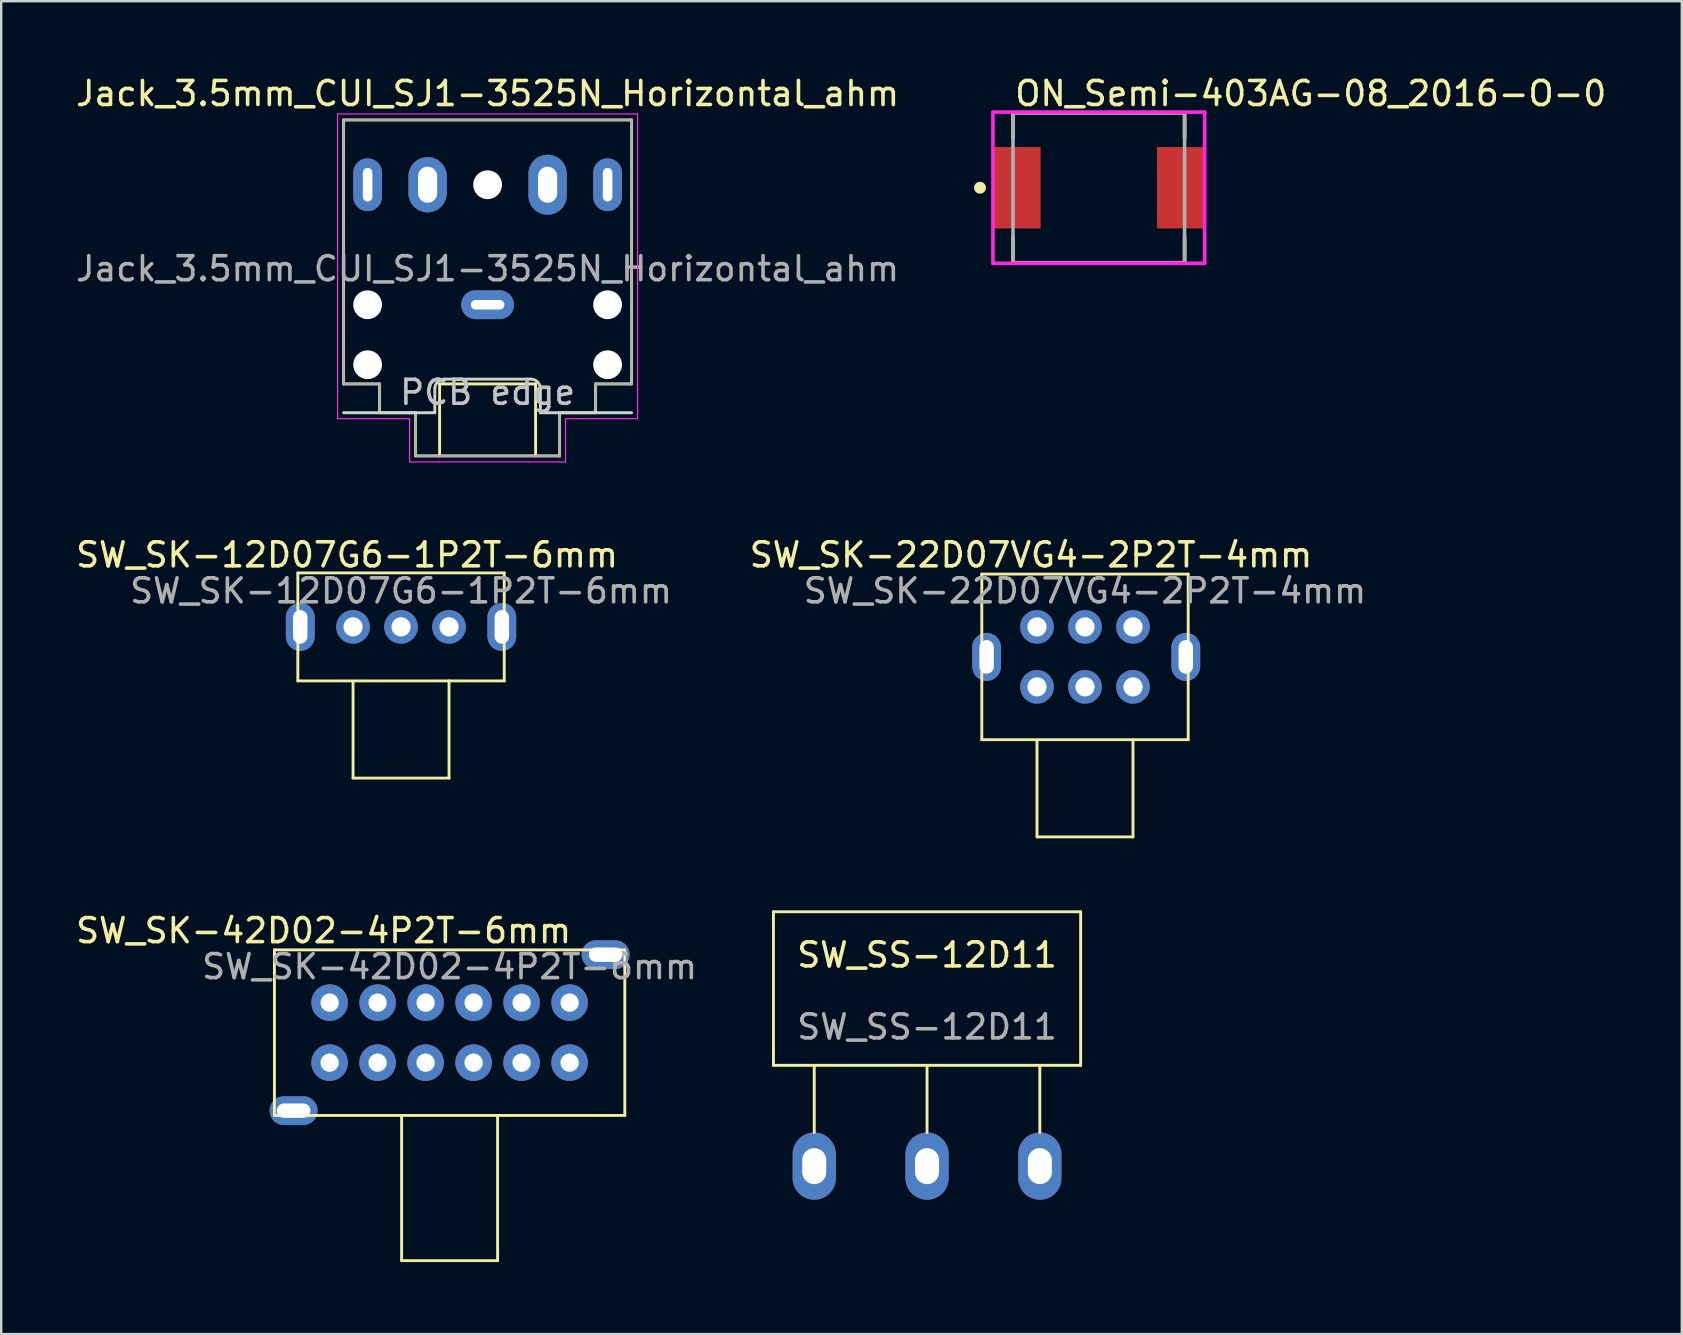
<source format=kicad_pcb>
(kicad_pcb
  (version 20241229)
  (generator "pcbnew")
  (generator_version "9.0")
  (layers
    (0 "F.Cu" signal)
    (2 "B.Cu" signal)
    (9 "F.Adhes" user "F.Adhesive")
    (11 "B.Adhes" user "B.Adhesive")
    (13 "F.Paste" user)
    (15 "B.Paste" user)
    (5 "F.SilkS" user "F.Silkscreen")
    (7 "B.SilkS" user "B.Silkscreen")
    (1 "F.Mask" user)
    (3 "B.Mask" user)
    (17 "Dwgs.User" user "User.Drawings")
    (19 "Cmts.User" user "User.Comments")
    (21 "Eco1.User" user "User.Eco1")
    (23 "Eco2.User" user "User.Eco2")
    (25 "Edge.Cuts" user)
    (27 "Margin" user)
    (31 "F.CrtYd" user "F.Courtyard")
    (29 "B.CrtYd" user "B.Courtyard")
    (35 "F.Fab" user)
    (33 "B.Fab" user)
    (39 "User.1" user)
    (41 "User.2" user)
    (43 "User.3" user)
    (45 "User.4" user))
  (footprint "SW_SK-12D07G6-1P2T-6mm"
    (layer "F.Cu")
    (at 11.661 23.072)
    (property "Reference" "SW_SK-12D07G6-1P2T-6mm" (at -0.25 -3 0) (unlocked yes) (layer "F.SilkS") (effects (font (size 1 1) (thickness 0.15))))
    (attr through_hole)
    (fp_line (start -2.3 -2.25) (end -2.3 2.25) (stroke (width 0.12) (type default)) (layer "F.SilkS"))
    (fp_line (start -2.3 2.25) (end 6.3 2.25) (stroke (width 0.12) (type default)) (layer "F.SilkS"))
    (fp_line (start 0 2.3) (end 0 6.3) (stroke (width 0.12) (type default)) (layer "F.SilkS"))
    (fp_line (start 0 6.3) (end 4 6.3) (stroke (width 0.12) (type default)) (layer "F.SilkS"))
    (fp_line (start 4 2.25) (end 4 6.3) (stroke (width 0.12) (type default)) (layer "F.SilkS"))
    (fp_line (start 6.3 -2.25) (end -2.3 -2.25) (stroke (width 0.12) (type default)) (layer "F.SilkS"))
    (fp_line (start 6.3 2.25) (end 6.3 -2.25) (stroke (width 0.12) (type default)) (layer "F.SilkS"))
    (fp_text user "${REFERENCE}" (at 2 -1.5 0) (unlocked yes) (layer "F.Fab") (effects (font (size 1 1) (thickness 0.15))))
    (pad "1" thru_hole circle (at 0 0) (size 1.4 1.4) (drill 0.8) (layers "*.Cu" "*.Mask"))
    (pad "2" thru_hole circle (at 2 0) (size 1.4 1.4) (drill 0.8) (layers "*.Cu" "*.Mask"))
    (pad "3" thru_hole circle (at 4 0) (size 1.4 1.4) (drill 0.8) (layers "*.Cu" "*.Mask"))
    (pad "MP" thru_hole oval (at -2.2 0) (size 1.2 2) (drill oval 0.6 1.4) (layers "*.Cu" "*.Mask"))
    (pad "MP" thru_hole oval (at 6.2 0) (size 1.2 2) (drill oval 0.6 1.4) (layers "*.Cu" "*.Mask")))
  (footprint "ON_Semi-403AG-08_2016-O-0"
    (layer "F.Cu")
    (at 42.736 4.773)
    (property "Reference" "ON_Semi-403AG-08_2016-O-0" (at -3.575 -3.925 0) (layer "F.SilkS") (effects (font (size 1 1) (thickness 0.15)) (justify left)))
    (attr through_hole)
    (fp_line (start -3.575 -3.125) (end 3.575 -3.125) (stroke (width 0.15) (type solid)) (layer "F.SilkS"))
    (fp_line (start -3.575 -2.07) (end -3.575 -3.125) (stroke (width 0.15) (type solid)) (layer "F.SilkS"))
    (fp_line (start -3.575 3.125) (end -3.575 2.07) (stroke (width 0.15) (type solid)) (layer "F.SilkS"))
    (fp_line (start -3.575 3.125) (end 3.575 3.125) (stroke (width 0.15) (type solid)) (layer "F.SilkS"))
    (fp_line (start 3.575 -2.07) (end 3.575 -3.125) (stroke (width 0.15) (type solid)) (layer "F.SilkS"))
    (fp_line (start 3.575 3.125) (end 3.575 2.07) (stroke (width 0.15) (type solid)) (layer "F.SilkS"))
    (fp_circle (center -4.95 0) (end -4.825 0) (stroke (width 0.25) (type solid)) (fill no) (layer "F.SilkS"))
    (fp_line (start -4.41 -3.15) (end -4.41 3.15) (stroke (width 0.15) (type solid)) (layer "F.CrtYd"))
    (fp_line (start -4.41 3.15) (end 4.41 3.15) (stroke (width 0.15) (type solid)) (layer "F.CrtYd"))
    (fp_line (start 4.41 -3.15) (end -4.41 -3.15) (stroke (width 0.15) (type solid)) (layer "F.CrtYd"))
    (fp_line (start 4.41 -3.15) (end 4.41 -3.15) (stroke (width 0.15) (type solid)) (layer "F.CrtYd"))
    (fp_line (start 4.41 3.15) (end 4.41 -3.15) (stroke (width 0.15) (type solid)) (layer "F.CrtYd"))
    (fp_line (start -3.575 -3.125) (end 3.575 -3.125) (stroke (width 0.15) (type solid)) (layer "F.Fab"))
    (fp_line (start -3.575 3.125) (end -3.575 -3.125) (stroke (width 0.15) (type solid)) (layer "F.Fab"))
    (fp_line (start 3.575 -3.125) (end 3.575 3.125) (stroke (width 0.15) (type solid)) (layer "F.Fab"))
    (fp_line (start 3.575 3.125) (end -3.575 3.125) (stroke (width 0.15) (type solid)) (layer "F.Fab"))
    (pad "1" smd rect (at -3.405 0) (size 1.96 3.39) (layers "F.Cu" "F.Mask" "F.Paste"))
    (pad "2" smd rect (at 3.405 0) (size 1.96 3.39) (layers "F.Cu" "F.Mask" "F.Paste")))
  (footprint "SW_SS-12D11"
    (layer "F.Cu")
    (at 35.579 36.642)
    (property "Reference" "SW_SS-12D11" (at 0 0.1 0) (unlocked yes) (layer "F.SilkS") (effects (font (size 1 1) (thickness 0.15))))
    (attr through_hole)
    (fp_line (start -6.4 -1.7) (end 6.4 -1.7) (stroke (width 0.12) (type default)) (layer "F.SilkS"))
    (fp_line (start -6.4 4.7) (end -6.4 -1.7) (stroke (width 0.12) (type default)) (layer "F.SilkS"))
    (fp_line (start -4.7 7.5) (end -4.7 4.7) (stroke (width 0.12) (type default)) (layer "F.SilkS"))
    (fp_line (start 0 4.7) (end -6.4 4.7) (stroke (width 0.12) (type default)) (layer "F.SilkS"))
    (fp_line (start 0 7.5) (end 0 4.7) (stroke (width 0.12) (type default)) (layer "F.SilkS"))
    (fp_line (start 4.7 7.5) (end 4.7 4.7) (stroke (width 0.12) (type default)) (layer "F.SilkS"))
    (fp_line (start 6.4 -1.7) (end 6.4 4.7) (stroke (width 0.12) (type default)) (layer "F.SilkS"))
    (fp_line (start 6.4 4.7) (end 0 4.7) (stroke (width 0.12) (type default)) (layer "F.SilkS"))
    (fp_text user "${REFERENCE}" (at 0 3.1 0) (unlocked yes) (layer "F.Fab") (effects (font (size 1 1) (thickness 0.15))))
    (pad "1" thru_hole oval (at -4.7 8.9) (size 1.8 2.8) (drill oval 1 1.5) (layers "*.Cu" "*.Mask"))
    (pad "2" thru_hole oval (at 0 8.9) (size 1.8 2.8) (drill oval 1 1.5) (layers "*.Cu" "*.Mask"))
    (pad "3" thru_hole oval (at 4.7 8.9) (size 1.8 2.8) (drill oval 1 1.5) (layers "*.Cu" "*.Mask")))
  (footprint "SW_SK-22D07VG4-2P2T-4mm"
    (layer "F.Cu")
    (at 40.161 23.072)
    (property "Reference" "SW_SK-22D07VG4-2P2T-4mm" (at -0.25 -3 0) (unlocked yes) (layer "F.SilkS") (effects (font (size 1 1) (thickness 0.15))))
    (attr through_hole)
    (fp_line (start -2.3 -2.2) (end -2.3 4.7) (stroke (width 0.12) (type default)) (layer "F.SilkS"))
    (fp_line (start -2.3 4.7) (end 6.3 4.7) (stroke (width 0.12) (type default)) (layer "F.SilkS"))
    (fp_line (start 0 4.75) (end 0 8.75) (stroke (width 0.12) (type default)) (layer "F.SilkS"))
    (fp_line (start 0 8.75) (end 4 8.75) (stroke (width 0.12) (type default)) (layer "F.SilkS"))
    (fp_line (start 4 4.7) (end 4 8.75) (stroke (width 0.12) (type default)) (layer "F.SilkS"))
    (fp_line (start 6.3 -2.2) (end -2.3 -2.2) (stroke (width 0.12) (type default)) (layer "F.SilkS"))
    (fp_line (start 6.3 4.7) (end 6.3 -2.2) (stroke (width 0.12) (type default)) (layer "F.SilkS"))
    (fp_text user "${REFERENCE}" (at 2 -1.5 0) (unlocked yes) (layer "F.Fab") (effects (font (size 1 1) (thickness 0.15))))
    (pad "1" thru_hole circle (at 0 0) (size 1.4 1.4) (drill 0.8) (layers "*.Cu" "*.Mask"))
    (pad "2" thru_hole circle (at 2 0) (size 1.4 1.4) (drill 0.8) (layers "*.Cu" "*.Mask"))
    (pad "3" thru_hole circle (at 4 0) (size 1.4 1.4) (drill 0.8) (layers "*.Cu" "*.Mask"))
    (pad "4" thru_hole circle (at 0 2.5) (size 1.4 1.4) (drill 0.8) (layers "*.Cu" "*.Mask"))
    (pad "5" thru_hole circle (at 2 2.5) (size 1.4 1.4) (drill 0.8) (layers "*.Cu" "*.Mask"))
    (pad "6" thru_hole circle (at 4 2.5) (size 1.4 1.4) (drill 0.8) (layers "*.Cu" "*.Mask"))
    (pad "MP" thru_hole oval (at -2.1 1.25) (size 1.2 2) (drill oval 0.6 1.4) (layers "*.Cu" "*.Mask"))
    (pad "MP" thru_hole oval (at 6.2 1.25) (size 1.2 2) (drill oval 0.6 1.4) (layers "*.Cu" "*.Mask")))
  (footprint "SW_SK-42D02-4P2T-6mm"
    (layer "F.Cu")
    (at 15.685 46.23)
    (property "Reference" "SW_SK-42D02-4P2T-6mm" (at -5.25 -10.5 0) (unlocked yes) (layer "F.SilkS") (effects (font (size 1 1) (thickness 0.15))))
    (attr through_hole)
    (fp_line (start -7.3 -9.7) (end -7.3 -2.8) (stroke (width 0.12) (type default)) (layer "F.SilkS"))
    (fp_line (start -7.3 -2.8) (end 7.3 -2.8) (stroke (width 0.12) (type default)) (layer "F.SilkS"))
    (fp_line (start -2 -2.75) (end -2 3.25) (stroke (width 0.12) (type default)) (layer "F.SilkS"))
    (fp_line (start -2 3.25) (end 2 3.25) (stroke (width 0.12) (type default)) (layer "F.SilkS"))
    (fp_line (start 2 -2.8) (end 2 3.25) (stroke (width 0.12) (type default)) (layer "F.SilkS"))
    (fp_line (start 7.3 -9.7) (end -7.3 -9.7) (stroke (width 0.12) (type default)) (layer "F.SilkS"))
    (fp_line (start 7.3 -2.8) (end 7.3 -9.7) (stroke (width 0.12) (type default)) (layer "F.SilkS"))
    (fp_text user "${REFERENCE}" (at 0 -9 0) (unlocked yes) (layer "F.Fab") (effects (font (size 1 1) (thickness 0.15))))
    (pad "1" thru_hole circle (at -5 -7.5) (size 1.524 1.524) (drill 0.762) (layers "*.Cu" "*.Mask"))
    (pad "2" thru_hole circle (at -3 -7.5) (size 1.524 1.524) (drill 0.762) (layers "*.Cu" "*.Mask"))
    (pad "3" thru_hole circle (at -1 -7.5) (size 1.524 1.524) (drill 0.762) (layers "*.Cu" "*.Mask"))
    (pad "4" thru_hole circle (at 1 -7.5) (size 1.524 1.524) (drill 0.762) (layers "*.Cu" "*.Mask"))
    (pad "5" thru_hole circle (at 3 -7.5) (size 1.524 1.524) (drill 0.762) (layers "*.Cu" "*.Mask"))
    (pad "6" thru_hole circle (at 5 -7.5) (size 1.524 1.524) (drill 0.762) (layers "*.Cu" "*.Mask"))
    (pad "7" thru_hole circle (at -5 -5) (size 1.524 1.524) (drill 0.762) (layers "*.Cu" "*.Mask"))
    (pad "8" thru_hole circle (at -3 -5) (size 1.524 1.524) (drill 0.762) (layers "*.Cu" "*.Mask"))
    (pad "9" thru_hole circle (at -1 -5) (size 1.524 1.524) (drill 0.762) (layers "*.Cu" "*.Mask"))
    (pad "10" thru_hole circle (at 1 -5) (size 1.524 1.524) (drill 0.762) (layers "*.Cu" "*.Mask"))
    (pad "11" thru_hole circle (at 3 -5) (size 1.524 1.524) (drill 0.762) (layers "*.Cu" "*.Mask"))
    (pad "12" thru_hole circle (at 5 -5) (size 1.524 1.524) (drill 0.762) (layers "*.Cu" "*.Mask"))
    (pad "MP" thru_hole oval (at -6.5 -3) (size 2 1.2) (drill oval 1.4 0.6) (layers "*.Cu" "*.Mask"))
    (pad "MP" thru_hole oval (at 6.5 -9.5) (size 2 1.2) (drill oval 1.4 0.6) (layers "*.Cu" "*.Mask")))
  (footprint "Jack_3.5mm_CUI_SJ1-3525N_Horizontal_ahm"
    (layer "F.Cu")
    (at 17.268 9.648)
    (property "Reference" "Jack_3.5mm_CUI_SJ1-3525N_Horizontal_ahm" (at 0 -8.8 0) (layer "F.SilkS") (effects (font (size 1 1) (thickness 0.15))))
    (attr through_hole exclude_from_pos_files exclude_from_bom)
    (fp_line (start -6 -7.7) (end 6 -7.7) (stroke (width 0.12) (type solid)) (layer "F.SilkS"))
    (fp_line (start -6 3.3) (end -6 -7.7) (stroke (width 0.12) (type solid)) (layer "F.SilkS"))
    (fp_line (start -4.5 3.3) (end -6 3.3) (stroke (width 0.12) (type solid)) (layer "F.SilkS"))
    (fp_line (start -4.5 4.5) (end -4.5 3.3) (stroke (width 0.12) (type solid)) (layer "F.SilkS"))
    (fp_line (start -3 4.5) (end -4.5 4.5) (stroke (width 0.12) (type solid)) (layer "F.SilkS"))
    (fp_line (start -3 6.3) (end -3 4.5) (stroke (width 0.12) (type solid)) (layer "F.SilkS"))
    (fp_line (start -2 3.3) (end -2 6.3) (stroke (width 0.12) (type solid)) (layer "F.SilkS"))
    (fp_line (start 2 3.3) (end -2 3.3) (stroke (width 0.12) (type solid)) (layer "F.SilkS"))
    (fp_line (start 2 6.3) (end 2 3.3) (stroke (width 0.12) (type solid)) (layer "F.SilkS"))
    (fp_line (start 3 4.5) (end 3 6.3) (stroke (width 0.12) (type solid)) (layer "F.SilkS"))
    (fp_line (start 3 6.3) (end -3 6.3) (stroke (width 0.12) (type solid)) (layer "F.SilkS"))
    (fp_line (start 4.5 3.3) (end 4.5 4.5) (stroke (width 0.12) (type solid)) (layer "F.SilkS"))
    (fp_line (start 4.5 4.5) (end 3 4.5) (stroke (width 0.12) (type solid)) (layer "F.SilkS"))
    (fp_line (start 6 -7.7) (end 6 3.3) (stroke (width 0.12) (type solid)) (layer "F.SilkS"))
    (fp_line (start 6 3.3) (end 4.5 3.3) (stroke (width 0.12) (type solid)) (layer "F.SilkS"))
    (fp_line (start -2.2 3.5) (end -2.2 4.5) (stroke (width 0.12) (type solid)) (layer "Edge.Cuts"))
    (fp_line (start -2.2 4.5) (end -6 4.5) (stroke (width 0.12) (type solid)) (layer "Edge.Cuts"))
    (fp_line (start 1.8 3.1) (end -1.8 3.1) (stroke (width 0.12) (type solid)) (layer "Edge.Cuts"))
    (fp_line (start 2.2 3.5) (end 2.2 4.5) (stroke (width 0.12) (type solid)) (layer "Edge.Cuts"))
    (fp_line (start 2.2 4.5) (end 6 4.5) (stroke (width 0.12) (type solid)) (layer "Edge.Cuts"))
    (fp_arc (start -2.2 3.5) (mid -2.082842 3.217158) (end -1.8 3.1) (stroke (width 0.12) (type solid)) (layer "Edge.Cuts"))
    (fp_arc (start 1.8 3.1) (mid 2.082843 3.217157) (end 2.2 3.5) (stroke (width 0.12) (type solid)) (layer "Edge.Cuts"))
    (fp_line (start -6.25 -7.95) (end -6.25 4.75) (stroke (width 0.05) (type solid)) (layer "F.CrtYd"))
    (fp_line (start -6.25 4.75) (end -3.25 4.75) (stroke (width 0.05) (type solid)) (layer "F.CrtYd"))
    (fp_line (start -3.25 4.75) (end -3.25 6.55) (stroke (width 0.05) (type solid)) (layer "F.CrtYd"))
    (fp_line (start -3.25 6.55) (end 3.25 6.55) (stroke (width 0.05) (type solid)) (layer "F.CrtYd"))
    (fp_line (start 3.25 4.75) (end 6.25 4.75) (stroke (width 0.05) (type solid)) (layer "F.CrtYd"))
    (fp_line (start 3.25 6.55) (end 3.25 4.75) (stroke (width 0.05) (type solid)) (layer "F.CrtYd"))
    (fp_line (start 6.25 -7.95) (end -6.25 -7.95) (stroke (width 0.05) (type solid)) (layer "F.CrtYd"))
    (fp_line (start 6.25 4.5) (end 6.25 -7.95) (stroke (width 0.05) (type solid)) (layer "F.CrtYd"))
    (fp_line (start 6.25 4.75) (end 6.25 4.5) (stroke (width 0.05) (type solid)) (layer "F.CrtYd"))
    (fp_line (start -6 -7.7) (end 6 -7.7) (stroke (width 0.1) (type solid)) (layer "F.Fab"))
    (fp_line (start -6 3.3) (end -6 -7.7) (stroke (width 0.1) (type solid)) (layer "F.Fab"))
    (fp_line (start -4.5 3.3) (end -6 3.3) (stroke (width 0.1) (type solid)) (layer "F.Fab"))
    (fp_line (start -4.5 4.5) (end -4.5 3.3) (stroke (width 0.1) (type solid)) (layer "F.Fab"))
    (fp_line (start -4.5 4.5) (end -3 4.5) (stroke (width 0.1) (type solid)) (layer "F.Fab"))
    (fp_line (start -3 4.5) (end -3 6.3) (stroke (width 0.1) (type solid)) (layer "F.Fab"))
    (fp_line (start -3 6.3) (end 3 6.3) (stroke (width 0.1) (type solid)) (layer "F.Fab"))
    (fp_line (start 3 4.5) (end 3 6.3) (stroke (width 0.1) (type solid)) (layer "F.Fab"))
    (fp_line (start 4.5 3.3) (end 6 3.3) (stroke (width 0.1) (type solid)) (layer "F.Fab"))
    (fp_line (start 4.5 4.5) (end 3 4.5) (stroke (width 0.1) (type solid)) (layer "F.Fab"))
    (fp_line (start 4.5 4.5) (end 4.5 3.3) (stroke (width 0.1) (type solid)) (layer "F.Fab"))
    (fp_line (start 6 3.3) (end 6 -7.7) (stroke (width 0.1) (type solid)) (layer "F.Fab"))
    (fp_text user "PCB edge" (at 0 3.65 0) (unlocked yes) (layer "Dwgs.User") (effects (font (size 1 1) (thickness 0.15))))
    (fp_text user "${REFERENCE}" (at 0 -1.5 0) (layer "F.Fab") (effects (font (size 1 1) (thickness 0.15))))
    (pad "" np_thru_hole circle (at -5 0) (size 1.2 1.2) (drill 1.2) (layers "*.Cu"))
    (pad "" np_thru_hole circle (at -5 2.5) (size 1.2 1.2) (drill 1.2) (layers "*.Cu"))
    (pad "" np_thru_hole circle (at 0 -5) (size 1.2 1.2) (drill 1.2) (layers "*.Cu"))
    (pad "" np_thru_hole circle (at 5 0) (size 1.2 1.2) (drill 1.2) (layers "*.Cu"))
    (pad "" np_thru_hole circle (at 5 2.5) (size 1.2 1.2) (drill 1.2) (layers "*.Cu"))
    (pad "R" thru_hole oval (at -5 -5) (size 1.2 2.2) (drill oval 0.4 1.4) (layers "*.Cu" "*.Mask"))
    (pad "RN" thru_hole oval (at -2.5 -5) (size 1.6 2.3) (drill oval 0.8 1.5) (layers "*.Cu" "*.Mask"))
    (pad "S" thru_hole oval (at 0 0) (size 2.2 1.2) (drill oval 1.4 0.4) (layers "*.Cu" "*.Mask"))
    (pad "T" thru_hole oval (at 5 -5 180) (size 1.2 2.2) (drill oval 0.4 1.4) (layers "*.Cu" "*.Mask"))
    (pad "TN" thru_hole oval (at 2.5 -5 180) (size 1.6 2.5) (drill oval 0.8 1.5) (layers "*.Cu" "*.Mask")))
  (gr_rect
    (start -3 -3)
    (end 67.03 52.54)
    (stroke (width 0.1) (type default))
    (fill no)
    (layer "Edge.Cuts")))
</source>
